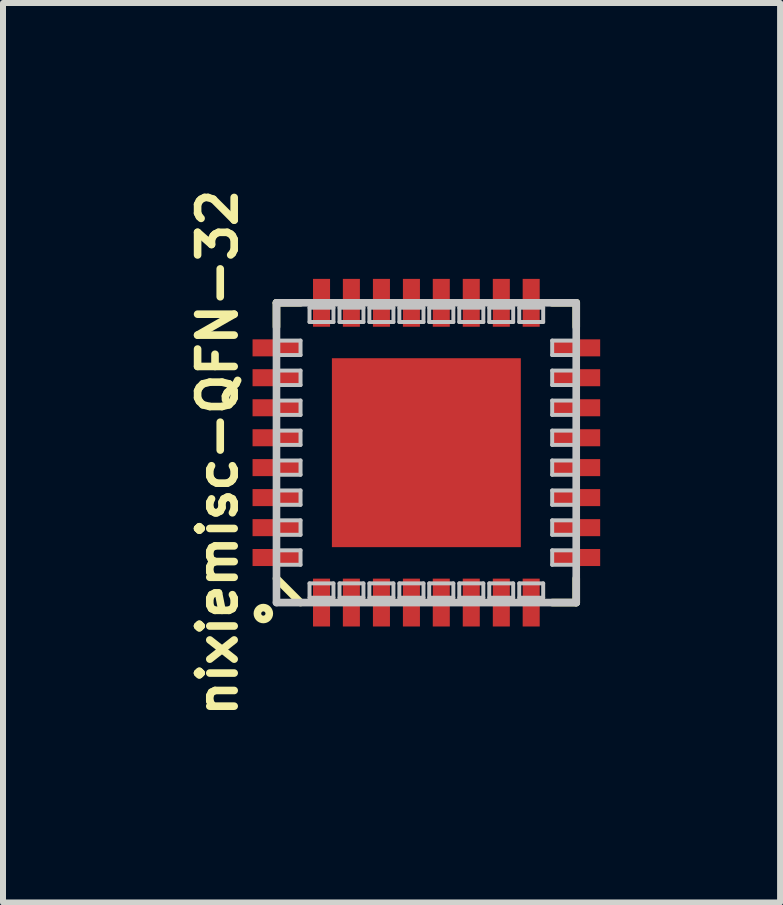
<source format=kicad_pcb>
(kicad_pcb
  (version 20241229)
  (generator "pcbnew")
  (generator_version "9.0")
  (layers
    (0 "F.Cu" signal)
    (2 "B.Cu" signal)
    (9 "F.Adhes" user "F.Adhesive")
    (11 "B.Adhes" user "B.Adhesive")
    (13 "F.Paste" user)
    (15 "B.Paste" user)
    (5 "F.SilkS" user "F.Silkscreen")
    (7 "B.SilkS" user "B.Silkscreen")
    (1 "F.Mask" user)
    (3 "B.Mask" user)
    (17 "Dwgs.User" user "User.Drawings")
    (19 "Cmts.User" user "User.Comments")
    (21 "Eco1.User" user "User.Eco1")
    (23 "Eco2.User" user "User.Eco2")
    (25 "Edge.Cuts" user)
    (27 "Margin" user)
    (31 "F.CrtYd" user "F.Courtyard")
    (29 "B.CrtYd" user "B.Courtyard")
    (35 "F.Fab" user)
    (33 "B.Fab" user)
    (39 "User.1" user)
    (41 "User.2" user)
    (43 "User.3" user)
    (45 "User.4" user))
  (footprint "nixiemisc-QFN-32"
    (layer "F.Cu")
    (at 4.059 4.498)
    (property "Reference" "nixiemisc-QFN-32" (at -3.48 0 90) (layer "F.SilkS") (effects (font (size 0.61 0.61) (thickness 0.127))))
    (attr smd)
    (fp_line (start -2.499 -2.499) (end -2.098 -2.499) (stroke (width 0.127) (type solid)) (layer "F.SilkS"))
    (fp_line (start -2.499 -2.098) (end -2.499 -2.499) (stroke (width 0.127) (type solid)) (layer "F.SilkS"))
    (fp_line (start -2.499 2.098) (end -2.098 2.499) (stroke (width 0.127) (type solid)) (layer "F.SilkS"))
    (fp_line (start 2.098 -2.499) (end 2.499 -2.499) (stroke (width 0.127) (type solid)) (layer "F.SilkS"))
    (fp_line (start 2.499 -2.499) (end 2.499 -2.098) (stroke (width 0.127) (type solid)) (layer "F.SilkS"))
    (fp_line (start 2.499 2.098) (end 2.499 2.499) (stroke (width 0.127) (type solid)) (layer "F.SilkS"))
    (fp_line (start 2.499 2.499) (end 2.098 2.499) (stroke (width 0.127) (type solid)) (layer "F.SilkS"))
    (fp_circle (center -2.718 2.682) (end -2.718 2.583) (stroke (width 0.127) (type solid)) (fill no) (layer "F.SilkS"))
    (fp_line (start -1.448 -1.448) (end -0.15 -1.448) (stroke (width 0.066) (type solid)) (layer "F.Paste"))
    (fp_line (start -1.448 -0.15) (end -1.448 -1.448) (stroke (width 0.066) (type solid)) (layer "F.Paste"))
    (fp_line (start -1.448 -0.15) (end -0.15 -0.15) (stroke (width 0.066) (type solid)) (layer "F.Paste"))
    (fp_line (start -1.448 0.15) (end -0.15 0.15) (stroke (width 0.066) (type solid)) (layer "F.Paste"))
    (fp_line (start -1.448 1.448) (end -1.448 0.15) (stroke (width 0.066) (type solid)) (layer "F.Paste"))
    (fp_line (start -1.448 1.448) (end -0.15 1.448) (stroke (width 0.066) (type solid)) (layer "F.Paste"))
    (fp_line (start -0.15 -0.15) (end -0.15 -1.448) (stroke (width 0.066) (type solid)) (layer "F.Paste"))
    (fp_line (start -0.15 1.448) (end -0.15 0.15) (stroke (width 0.066) (type solid)) (layer "F.Paste"))
    (fp_line (start 0.15 -1.448) (end 1.448 -1.448) (stroke (width 0.066) (type solid)) (layer "F.Paste"))
    (fp_line (start 0.15 -0.15) (end 0.15 -1.448) (stroke (width 0.066) (type solid)) (layer "F.Paste"))
    (fp_line (start 0.15 -0.15) (end 1.448 -0.15) (stroke (width 0.066) (type solid)) (layer "F.Paste"))
    (fp_line (start 0.15 0.15) (end 1.448 0.15) (stroke (width 0.066) (type solid)) (layer "F.Paste"))
    (fp_line (start 0.15 1.448) (end 0.15 0.15) (stroke (width 0.066) (type solid)) (layer "F.Paste"))
    (fp_line (start 0.15 1.448) (end 1.448 1.448) (stroke (width 0.066) (type solid)) (layer "F.Paste"))
    (fp_line (start 1.448 -0.15) (end 1.448 -1.448) (stroke (width 0.066) (type solid)) (layer "F.Paste"))
    (fp_line (start 1.448 1.448) (end 1.448 0.15) (stroke (width 0.066) (type solid)) (layer "F.Paste"))
    (fp_line (start -2.499 -2.499) (end -2.499 2.499) (stroke (width 0.127) (type solid)) (layer "Dwgs.User"))
    (fp_line (start -2.499 -1.869) (end -2.098 -1.869) (stroke (width 0.066) (type solid)) (layer "Dwgs.User"))
    (fp_line (start -2.499 -1.628) (end -2.499 -1.869) (stroke (width 0.066) (type solid)) (layer "Dwgs.User"))
    (fp_line (start -2.499 -1.628) (end -2.098 -1.628) (stroke (width 0.066) (type solid)) (layer "Dwgs.User"))
    (fp_line (start -2.499 -1.369) (end -2.098 -1.369) (stroke (width 0.066) (type solid)) (layer "Dwgs.User"))
    (fp_line (start -2.499 -1.128) (end -2.499 -1.369) (stroke (width 0.066) (type solid)) (layer "Dwgs.User"))
    (fp_line (start -2.499 -1.128) (end -2.098 -1.128) (stroke (width 0.066) (type solid)) (layer "Dwgs.User"))
    (fp_line (start -2.499 -0.869) (end -2.098 -0.869) (stroke (width 0.066) (type solid)) (layer "Dwgs.User"))
    (fp_line (start -2.499 -0.63) (end -2.499 -0.869) (stroke (width 0.066) (type solid)) (layer "Dwgs.User"))
    (fp_line (start -2.499 -0.63) (end -2.098 -0.63) (stroke (width 0.066) (type solid)) (layer "Dwgs.User"))
    (fp_line (start -2.499 -0.368) (end -2.098 -0.368) (stroke (width 0.066) (type solid)) (layer "Dwgs.User"))
    (fp_line (start -2.499 -0.13) (end -2.499 -0.368) (stroke (width 0.066) (type solid)) (layer "Dwgs.User"))
    (fp_line (start -2.499 -0.13) (end -2.098 -0.13) (stroke (width 0.066) (type solid)) (layer "Dwgs.User"))
    (fp_line (start -2.499 0.13) (end -2.098 0.13) (stroke (width 0.066) (type solid)) (layer "Dwgs.User"))
    (fp_line (start -2.499 0.368) (end -2.499 0.13) (stroke (width 0.066) (type solid)) (layer "Dwgs.User"))
    (fp_line (start -2.499 0.368) (end -2.098 0.368) (stroke (width 0.066) (type solid)) (layer "Dwgs.User"))
    (fp_line (start -2.499 0.63) (end -2.098 0.63) (stroke (width 0.066) (type solid)) (layer "Dwgs.User"))
    (fp_line (start -2.499 0.869) (end -2.499 0.63) (stroke (width 0.066) (type solid)) (layer "Dwgs.User"))
    (fp_line (start -2.499 0.869) (end -2.098 0.869) (stroke (width 0.066) (type solid)) (layer "Dwgs.User"))
    (fp_line (start -2.499 1.128) (end -2.098 1.128) (stroke (width 0.066) (type solid)) (layer "Dwgs.User"))
    (fp_line (start -2.499 1.369) (end -2.499 1.128) (stroke (width 0.066) (type solid)) (layer "Dwgs.User"))
    (fp_line (start -2.499 1.369) (end -2.098 1.369) (stroke (width 0.066) (type solid)) (layer "Dwgs.User"))
    (fp_line (start -2.499 1.628) (end -2.098 1.628) (stroke (width 0.066) (type solid)) (layer "Dwgs.User"))
    (fp_line (start -2.499 1.869) (end -2.499 1.628) (stroke (width 0.066) (type solid)) (layer "Dwgs.User"))
    (fp_line (start -2.499 1.869) (end -2.098 1.869) (stroke (width 0.066) (type solid)) (layer "Dwgs.User"))
    (fp_line (start -2.499 2.499) (end 2.499 2.499) (stroke (width 0.127) (type solid)) (layer "Dwgs.User"))
    (fp_line (start -2.098 -1.628) (end -2.098 -1.869) (stroke (width 0.066) (type solid)) (layer "Dwgs.User"))
    (fp_line (start -2.098 -1.128) (end -2.098 -1.369) (stroke (width 0.066) (type solid)) (layer "Dwgs.User"))
    (fp_line (start -2.098 -0.63) (end -2.098 -0.869) (stroke (width 0.066) (type solid)) (layer "Dwgs.User"))
    (fp_line (start -2.098 -0.13) (end -2.098 -0.368) (stroke (width 0.066) (type solid)) (layer "Dwgs.User"))
    (fp_line (start -2.098 0.368) (end -2.098 0.13) (stroke (width 0.066) (type solid)) (layer "Dwgs.User"))
    (fp_line (start -2.098 0.869) (end -2.098 0.63) (stroke (width 0.066) (type solid)) (layer "Dwgs.User"))
    (fp_line (start -2.098 1.369) (end -2.098 1.128) (stroke (width 0.066) (type solid)) (layer "Dwgs.User"))
    (fp_line (start -2.098 1.869) (end -2.098 1.628) (stroke (width 0.066) (type solid)) (layer "Dwgs.User"))
    (fp_line (start -1.948 -2.418) (end -1.549 -2.418) (stroke (width 0.066) (type solid)) (layer "Dwgs.User"))
    (fp_line (start -1.948 -2.179) (end -1.948 -2.418) (stroke (width 0.066) (type solid)) (layer "Dwgs.User"))
    (fp_line (start -1.948 -2.179) (end -1.549 -2.179) (stroke (width 0.066) (type solid)) (layer "Dwgs.User"))
    (fp_line (start -1.948 2.179) (end -1.549 2.179) (stroke (width 0.066) (type solid)) (layer "Dwgs.User"))
    (fp_line (start -1.948 2.418) (end -1.948 2.179) (stroke (width 0.066) (type solid)) (layer "Dwgs.User"))
    (fp_line (start -1.948 2.418) (end -1.549 2.418) (stroke (width 0.066) (type solid)) (layer "Dwgs.User"))
    (fp_line (start -1.549 -2.179) (end -1.549 -2.418) (stroke (width 0.066) (type solid)) (layer "Dwgs.User"))
    (fp_line (start -1.549 2.418) (end -1.549 2.179) (stroke (width 0.066) (type solid)) (layer "Dwgs.User"))
    (fp_line (start -1.448 -2.418) (end -1.049 -2.418) (stroke (width 0.066) (type solid)) (layer "Dwgs.User"))
    (fp_line (start -1.448 -2.179) (end -1.448 -2.418) (stroke (width 0.066) (type solid)) (layer "Dwgs.User"))
    (fp_line (start -1.448 -2.179) (end -1.049 -2.179) (stroke (width 0.066) (type solid)) (layer "Dwgs.User"))
    (fp_line (start -1.448 2.179) (end -1.049 2.179) (stroke (width 0.066) (type solid)) (layer "Dwgs.User"))
    (fp_line (start -1.448 2.418) (end -1.448 2.179) (stroke (width 0.066) (type solid)) (layer "Dwgs.User"))
    (fp_line (start -1.448 2.418) (end -1.049 2.418) (stroke (width 0.066) (type solid)) (layer "Dwgs.User"))
    (fp_line (start -1.049 -2.179) (end -1.049 -2.418) (stroke (width 0.066) (type solid)) (layer "Dwgs.User"))
    (fp_line (start -1.049 2.418) (end -1.049 2.179) (stroke (width 0.066) (type solid)) (layer "Dwgs.User"))
    (fp_line (start -0.95 -2.418) (end -0.549 -2.418) (stroke (width 0.066) (type solid)) (layer "Dwgs.User"))
    (fp_line (start -0.95 -2.179) (end -0.95 -2.418) (stroke (width 0.066) (type solid)) (layer "Dwgs.User"))
    (fp_line (start -0.95 -2.179) (end -0.549 -2.179) (stroke (width 0.066) (type solid)) (layer "Dwgs.User"))
    (fp_line (start -0.95 2.179) (end -0.549 2.179) (stroke (width 0.066) (type solid)) (layer "Dwgs.User"))
    (fp_line (start -0.95 2.418) (end -0.95 2.179) (stroke (width 0.066) (type solid)) (layer "Dwgs.User"))
    (fp_line (start -0.95 2.418) (end -0.549 2.418) (stroke (width 0.066) (type solid)) (layer "Dwgs.User"))
    (fp_line (start -0.549 -2.179) (end -0.549 -2.418) (stroke (width 0.066) (type solid)) (layer "Dwgs.User"))
    (fp_line (start -0.549 2.418) (end -0.549 2.179) (stroke (width 0.066) (type solid)) (layer "Dwgs.User"))
    (fp_line (start -0.45 -2.418) (end -0.048 -2.418) (stroke (width 0.066) (type solid)) (layer "Dwgs.User"))
    (fp_line (start -0.45 -2.179) (end -0.45 -2.418) (stroke (width 0.066) (type solid)) (layer "Dwgs.User"))
    (fp_line (start -0.45 -2.179) (end -0.048 -2.179) (stroke (width 0.066) (type solid)) (layer "Dwgs.User"))
    (fp_line (start -0.45 2.179) (end -0.048 2.179) (stroke (width 0.066) (type solid)) (layer "Dwgs.User"))
    (fp_line (start -0.45 2.418) (end -0.45 2.179) (stroke (width 0.066) (type solid)) (layer "Dwgs.User"))
    (fp_line (start -0.45 2.418) (end -0.048 2.418) (stroke (width 0.066) (type solid)) (layer "Dwgs.User"))
    (fp_line (start -0.048 -2.179) (end -0.048 -2.418) (stroke (width 0.066) (type solid)) (layer "Dwgs.User"))
    (fp_line (start -0.048 2.418) (end -0.048 2.179) (stroke (width 0.066) (type solid)) (layer "Dwgs.User"))
    (fp_line (start 0.048 -2.418) (end 0.45 -2.418) (stroke (width 0.066) (type solid)) (layer "Dwgs.User"))
    (fp_line (start 0.048 -2.179) (end 0.048 -2.418) (stroke (width 0.066) (type solid)) (layer "Dwgs.User"))
    (fp_line (start 0.048 -2.179) (end 0.45 -2.179) (stroke (width 0.066) (type solid)) (layer "Dwgs.User"))
    (fp_line (start 0.048 2.179) (end 0.45 2.179) (stroke (width 0.066) (type solid)) (layer "Dwgs.User"))
    (fp_line (start 0.048 2.418) (end 0.048 2.179) (stroke (width 0.066) (type solid)) (layer "Dwgs.User"))
    (fp_line (start 0.048 2.418) (end 0.45 2.418) (stroke (width 0.066) (type solid)) (layer "Dwgs.User"))
    (fp_line (start 0.45 -2.179) (end 0.45 -2.418) (stroke (width 0.066) (type solid)) (layer "Dwgs.User"))
    (fp_line (start 0.45 2.418) (end 0.45 2.179) (stroke (width 0.066) (type solid)) (layer "Dwgs.User"))
    (fp_line (start 0.549 -2.418) (end 0.95 -2.418) (stroke (width 0.066) (type solid)) (layer "Dwgs.User"))
    (fp_line (start 0.549 -2.179) (end 0.549 -2.418) (stroke (width 0.066) (type solid)) (layer "Dwgs.User"))
    (fp_line (start 0.549 -2.179) (end 0.95 -2.179) (stroke (width 0.066) (type solid)) (layer "Dwgs.User"))
    (fp_line (start 0.549 2.179) (end 0.95 2.179) (stroke (width 0.066) (type solid)) (layer "Dwgs.User"))
    (fp_line (start 0.549 2.418) (end 0.549 2.179) (stroke (width 0.066) (type solid)) (layer "Dwgs.User"))
    (fp_line (start 0.549 2.418) (end 0.95 2.418) (stroke (width 0.066) (type solid)) (layer "Dwgs.User"))
    (fp_line (start 0.95 -2.179) (end 0.95 -2.418) (stroke (width 0.066) (type solid)) (layer "Dwgs.User"))
    (fp_line (start 0.95 2.418) (end 0.95 2.179) (stroke (width 0.066) (type solid)) (layer "Dwgs.User"))
    (fp_line (start 1.049 -2.418) (end 1.448 -2.418) (stroke (width 0.066) (type solid)) (layer "Dwgs.User"))
    (fp_line (start 1.049 -2.179) (end 1.049 -2.418) (stroke (width 0.066) (type solid)) (layer "Dwgs.User"))
    (fp_line (start 1.049 -2.179) (end 1.448 -2.179) (stroke (width 0.066) (type solid)) (layer "Dwgs.User"))
    (fp_line (start 1.049 2.179) (end 1.448 2.179) (stroke (width 0.066) (type solid)) (layer "Dwgs.User"))
    (fp_line (start 1.049 2.418) (end 1.049 2.179) (stroke (width 0.066) (type solid)) (layer "Dwgs.User"))
    (fp_line (start 1.049 2.418) (end 1.448 2.418) (stroke (width 0.066) (type solid)) (layer "Dwgs.User"))
    (fp_line (start 1.448 -2.179) (end 1.448 -2.418) (stroke (width 0.066) (type solid)) (layer "Dwgs.User"))
    (fp_line (start 1.448 2.418) (end 1.448 2.179) (stroke (width 0.066) (type solid)) (layer "Dwgs.User"))
    (fp_line (start 1.549 -2.418) (end 1.948 -2.418) (stroke (width 0.066) (type solid)) (layer "Dwgs.User"))
    (fp_line (start 1.549 -2.179) (end 1.549 -2.418) (stroke (width 0.066) (type solid)) (layer "Dwgs.User"))
    (fp_line (start 1.549 -2.179) (end 1.948 -2.179) (stroke (width 0.066) (type solid)) (layer "Dwgs.User"))
    (fp_line (start 1.549 2.179) (end 1.948 2.179) (stroke (width 0.066) (type solid)) (layer "Dwgs.User"))
    (fp_line (start 1.549 2.418) (end 1.549 2.179) (stroke (width 0.066) (type solid)) (layer "Dwgs.User"))
    (fp_line (start 1.549 2.418) (end 1.948 2.418) (stroke (width 0.066) (type solid)) (layer "Dwgs.User"))
    (fp_line (start 1.948 -2.179) (end 1.948 -2.418) (stroke (width 0.066) (type solid)) (layer "Dwgs.User"))
    (fp_line (start 1.948 2.418) (end 1.948 2.179) (stroke (width 0.066) (type solid)) (layer "Dwgs.User"))
    (fp_line (start 2.098 -1.869) (end 2.499 -1.869) (stroke (width 0.066) (type solid)) (layer "Dwgs.User"))
    (fp_line (start 2.098 -1.628) (end 2.098 -1.869) (stroke (width 0.066) (type solid)) (layer "Dwgs.User"))
    (fp_line (start 2.098 -1.628) (end 2.499 -1.628) (stroke (width 0.066) (type solid)) (layer "Dwgs.User"))
    (fp_line (start 2.098 -1.369) (end 2.499 -1.369) (stroke (width 0.066) (type solid)) (layer "Dwgs.User"))
    (fp_line (start 2.098 -1.128) (end 2.098 -1.369) (stroke (width 0.066) (type solid)) (layer "Dwgs.User"))
    (fp_line (start 2.098 -1.128) (end 2.499 -1.128) (stroke (width 0.066) (type solid)) (layer "Dwgs.User"))
    (fp_line (start 2.098 -0.869) (end 2.499 -0.869) (stroke (width 0.066) (type solid)) (layer "Dwgs.User"))
    (fp_line (start 2.098 -0.63) (end 2.098 -0.869) (stroke (width 0.066) (type solid)) (layer "Dwgs.User"))
    (fp_line (start 2.098 -0.63) (end 2.499 -0.63) (stroke (width 0.066) (type solid)) (layer "Dwgs.User"))
    (fp_line (start 2.098 -0.368) (end 2.499 -0.368) (stroke (width 0.066) (type solid)) (layer "Dwgs.User"))
    (fp_line (start 2.098 -0.13) (end 2.098 -0.368) (stroke (width 0.066) (type solid)) (layer "Dwgs.User"))
    (fp_line (start 2.098 -0.13) (end 2.499 -0.13) (stroke (width 0.066) (type solid)) (layer "Dwgs.User"))
    (fp_line (start 2.098 0.13) (end 2.499 0.13) (stroke (width 0.066) (type solid)) (layer "Dwgs.User"))
    (fp_line (start 2.098 0.368) (end 2.098 0.13) (stroke (width 0.066) (type solid)) (layer "Dwgs.User"))
    (fp_line (start 2.098 0.368) (end 2.499 0.368) (stroke (width 0.066) (type solid)) (layer "Dwgs.User"))
    (fp_line (start 2.098 0.63) (end 2.499 0.63) (stroke (width 0.066) (type solid)) (layer "Dwgs.User"))
    (fp_line (start 2.098 0.869) (end 2.098 0.63) (stroke (width 0.066) (type solid)) (layer "Dwgs.User"))
    (fp_line (start 2.098 0.869) (end 2.499 0.869) (stroke (width 0.066) (type solid)) (layer "Dwgs.User"))
    (fp_line (start 2.098 1.128) (end 2.499 1.128) (stroke (width 0.066) (type solid)) (layer "Dwgs.User"))
    (fp_line (start 2.098 1.369) (end 2.098 1.128) (stroke (width 0.066) (type solid)) (layer "Dwgs.User"))
    (fp_line (start 2.098 1.369) (end 2.499 1.369) (stroke (width 0.066) (type solid)) (layer "Dwgs.User"))
    (fp_line (start 2.098 1.628) (end 2.499 1.628) (stroke (width 0.066) (type solid)) (layer "Dwgs.User"))
    (fp_line (start 2.098 1.869) (end 2.098 1.628) (stroke (width 0.066) (type solid)) (layer "Dwgs.User"))
    (fp_line (start 2.098 1.869) (end 2.499 1.869) (stroke (width 0.066) (type solid)) (layer "Dwgs.User"))
    (fp_line (start 2.499 -2.499) (end -2.499 -2.499) (stroke (width 0.127) (type solid)) (layer "Dwgs.User"))
    (fp_line (start 2.499 -1.628) (end 2.499 -1.869) (stroke (width 0.066) (type solid)) (layer "Dwgs.User"))
    (fp_line (start 2.499 -1.128) (end 2.499 -1.369) (stroke (width 0.066) (type solid)) (layer "Dwgs.User"))
    (fp_line (start 2.499 -0.63) (end 2.499 -0.869) (stroke (width 0.066) (type solid)) (layer "Dwgs.User"))
    (fp_line (start 2.499 -0.13) (end 2.499 -0.368) (stroke (width 0.066) (type solid)) (layer "Dwgs.User"))
    (fp_line (start 2.499 0.368) (end 2.499 0.13) (stroke (width 0.066) (type solid)) (layer "Dwgs.User"))
    (fp_line (start 2.499 0.869) (end 2.499 0.63) (stroke (width 0.066) (type solid)) (layer "Dwgs.User"))
    (fp_line (start 2.499 1.369) (end 2.499 1.128) (stroke (width 0.066) (type solid)) (layer "Dwgs.User"))
    (fp_line (start 2.499 1.869) (end 2.499 1.628) (stroke (width 0.066) (type solid)) (layer "Dwgs.User"))
    (fp_line (start 2.499 2.499) (end 2.499 -2.499) (stroke (width 0.127) (type solid)) (layer "Dwgs.User"))
    (pad "1" smd rect (at -1.748 2.499 90) (size 0.798 0.284) (layers "F.Cu" "F.Mask" "F.Paste"))
    (pad "2" smd rect (at -1.25 2.499 90) (size 0.798 0.284) (layers "F.Cu" "F.Mask" "F.Paste"))
    (pad "3" smd rect (at -0.749 2.499 90) (size 0.798 0.284) (layers "F.Cu" "F.Mask" "F.Paste"))
    (pad "4" smd rect (at -0.249 2.499 90) (size 0.798 0.284) (layers "F.Cu" "F.Mask" "F.Paste"))
    (pad "5" smd rect (at 0.249 2.499 90) (size 0.798 0.284) (layers "F.Cu" "F.Mask" "F.Paste"))
    (pad "6" smd rect (at 0.749 2.499 90) (size 0.798 0.284) (layers "F.Cu" "F.Mask" "F.Paste"))
    (pad "7" smd rect (at 1.25 2.499 90) (size 0.798 0.284) (layers "F.Cu" "F.Mask" "F.Paste"))
    (pad "8" smd rect (at 1.748 2.499 90) (size 0.798 0.284) (layers "F.Cu" "F.Mask" "F.Paste"))
    (pad "9" smd rect (at 2.499 1.748 180) (size 0.798 0.284) (layers "F.Cu" "F.Mask" "F.Paste"))
    (pad "10" smd rect (at 2.499 1.25 180) (size 0.798 0.284) (layers "F.Cu" "F.Mask" "F.Paste"))
    (pad "11" smd rect (at 2.499 0.749 180) (size 0.798 0.284) (layers "F.Cu" "F.Mask" "F.Paste"))
    (pad "12" smd rect (at 2.499 0.249 180) (size 0.798 0.284) (layers "F.Cu" "F.Mask" "F.Paste"))
    (pad "13" smd rect (at 2.499 -0.249 180) (size 0.798 0.284) (layers "F.Cu" "F.Mask" "F.Paste"))
    (pad "14" smd rect (at 2.499 -0.749 180) (size 0.798 0.284) (layers "F.Cu" "F.Mask" "F.Paste"))
    (pad "15" smd rect (at 2.499 -1.25 180) (size 0.798 0.284) (layers "F.Cu" "F.Mask" "F.Paste"))
    (pad "16" smd rect (at 2.499 -1.748 180) (size 0.798 0.284) (layers "F.Cu" "F.Mask" "F.Paste"))
    (pad "17" smd rect (at 1.748 -2.499 270) (size 0.798 0.284) (layers "F.Cu" "F.Mask" "F.Paste"))
    (pad "18" smd rect (at 1.25 -2.499 270) (size 0.798 0.284) (layers "F.Cu" "F.Mask" "F.Paste"))
    (pad "19" smd rect (at 0.749 -2.499 270) (size 0.798 0.284) (layers "F.Cu" "F.Mask" "F.Paste"))
    (pad "20" smd rect (at 0.249 -2.499 270) (size 0.798 0.284) (layers "F.Cu" "F.Mask" "F.Paste"))
    (pad "21" smd rect (at -0.249 -2.499 270) (size 0.798 0.284) (layers "F.Cu" "F.Mask" "F.Paste"))
    (pad "22" smd rect (at -0.749 -2.499 270) (size 0.798 0.284) (layers "F.Cu" "F.Mask" "F.Paste"))
    (pad "23" smd rect (at -1.25 -2.499 270) (size 0.798 0.284) (layers "F.Cu" "F.Mask" "F.Paste"))
    (pad "24" smd rect (at -1.748 -2.499 270) (size 0.798 0.284) (layers "F.Cu" "F.Mask" "F.Paste"))
    (pad "25" smd rect (at -2.499 -1.748) (size 0.798 0.284) (layers "F.Cu" "F.Mask" "F.Paste"))
    (pad "26" smd rect (at -2.499 -1.25) (size 0.798 0.284) (layers "F.Cu" "F.Mask" "F.Paste"))
    (pad "27" smd rect (at -2.499 -0.749) (size 0.798 0.284) (layers "F.Cu" "F.Mask" "F.Paste"))
    (pad "28" smd rect (at -2.499 -0.249) (size 0.798 0.284) (layers "F.Cu" "F.Mask" "F.Paste"))
    (pad "29" smd rect (at -2.499 0.249) (size 0.798 0.284) (layers "F.Cu" "F.Mask" "F.Paste"))
    (pad "30" smd rect (at -2.499 0.749) (size 0.798 0.284) (layers "F.Cu" "F.Mask" "F.Paste"))
    (pad "31" smd rect (at -2.499 1.25) (size 0.798 0.284) (layers "F.Cu" "F.Mask" "F.Paste"))
    (pad "32" smd rect (at -2.499 1.748) (size 0.798 0.284) (layers "F.Cu" "F.Mask" "F.Paste"))
    (pad "EP" smd rect (at 0 0) (size 3.15 3.15) (layers "F.Cu" "F.Mask" "F.Paste")))
  (gr_rect
    (start -3 -3)
    (end 9.957 11.997)
    (stroke (width 0.1) (type default))
    (fill no)
    (layer "Edge.Cuts")))
</source>
